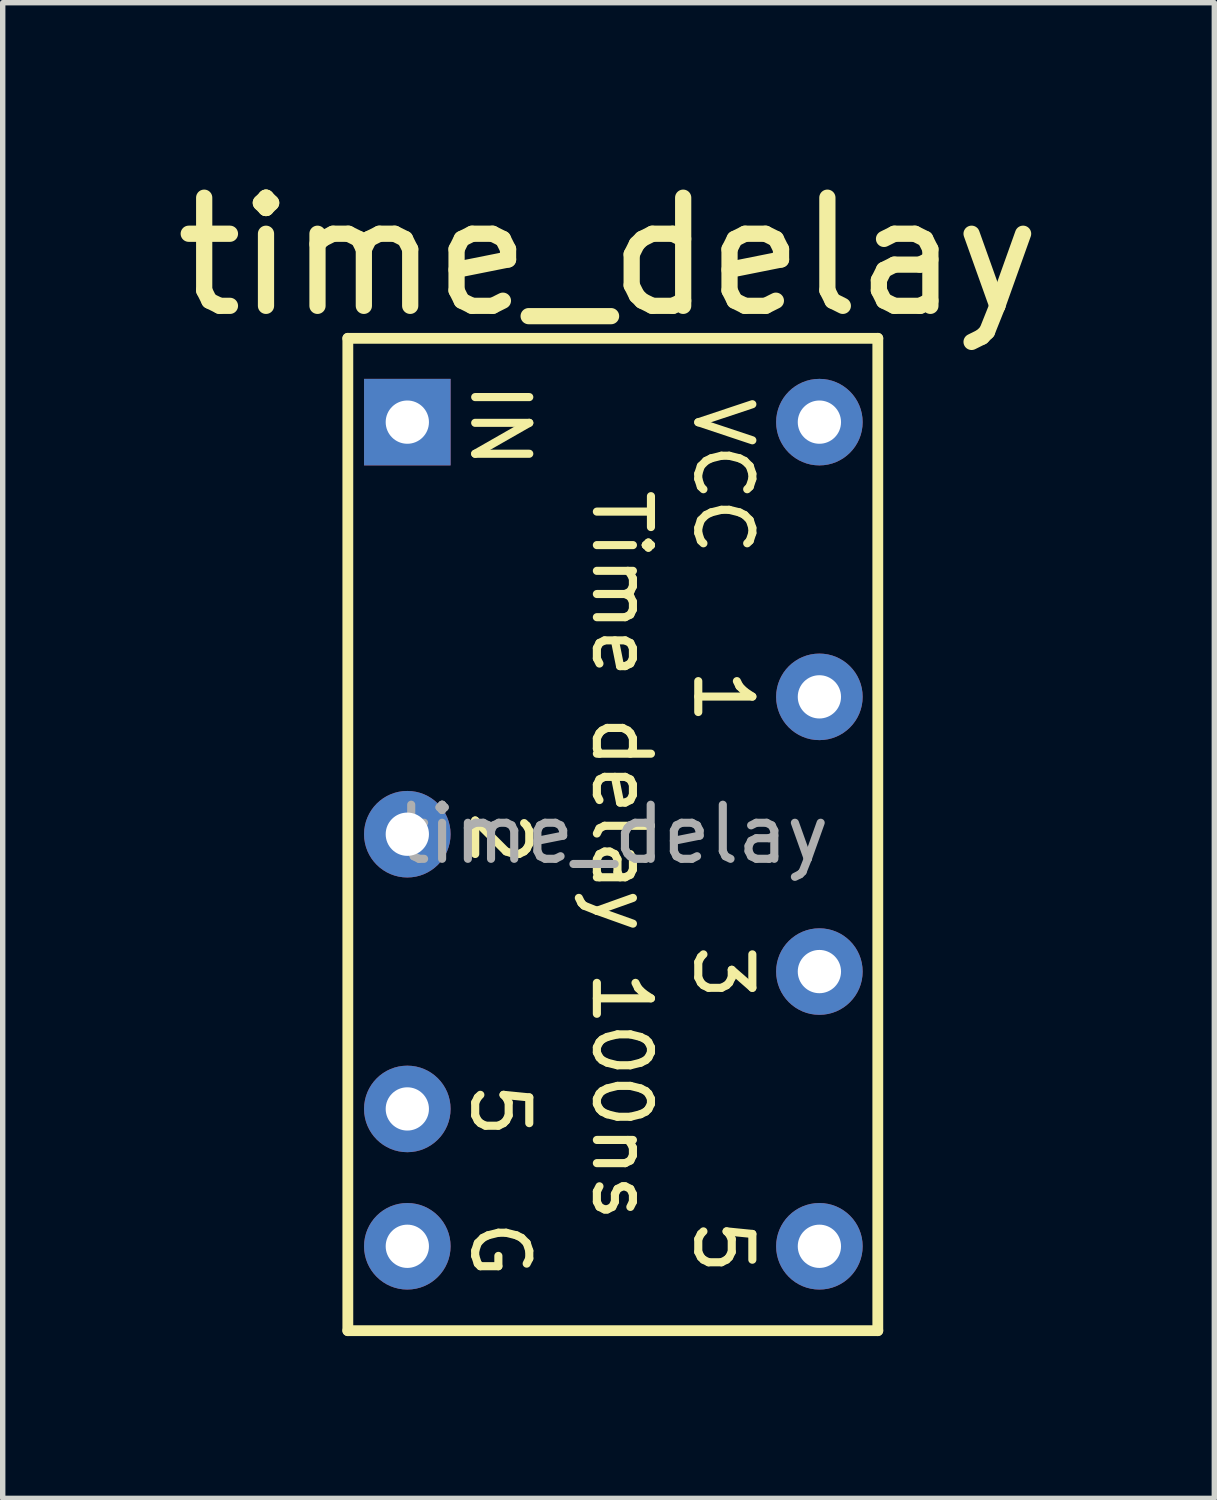
<source format=kicad_pcb>
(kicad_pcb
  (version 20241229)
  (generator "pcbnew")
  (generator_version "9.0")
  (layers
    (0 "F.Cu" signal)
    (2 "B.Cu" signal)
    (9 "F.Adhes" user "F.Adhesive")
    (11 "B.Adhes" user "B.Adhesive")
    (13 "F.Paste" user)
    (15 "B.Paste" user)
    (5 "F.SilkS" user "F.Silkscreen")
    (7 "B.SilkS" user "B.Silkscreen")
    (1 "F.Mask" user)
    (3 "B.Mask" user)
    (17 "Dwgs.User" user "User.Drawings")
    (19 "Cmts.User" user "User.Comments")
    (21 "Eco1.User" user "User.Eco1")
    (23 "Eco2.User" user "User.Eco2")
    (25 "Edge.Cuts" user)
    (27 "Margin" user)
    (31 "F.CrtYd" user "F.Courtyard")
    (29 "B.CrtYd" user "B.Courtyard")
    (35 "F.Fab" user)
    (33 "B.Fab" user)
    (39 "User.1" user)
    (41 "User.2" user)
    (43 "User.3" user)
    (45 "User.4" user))
  (footprint "time_delay"
    (layer "F.Cu")
    (at 4.482 4.756)
    (property "Reference" "time_delay" (at 3.72 -3.06 0) (layer "F.SilkS") (effects (font (size 2 2) (thickness 0.3))))
    (attr through_hole)
    (fp_line (start -1.1 -1.55) (end -1.1 16.8) (stroke (width 0.2) (type solid)) (layer "F.SilkS"))
    (fp_line (start -1.1 16.8) (end 8.7 16.8) (stroke (width 0.2) (type solid)) (layer "F.SilkS"))
    (fp_line (start 8.7 -1.55) (end -1.1 -1.55) (stroke (width 0.2) (type solid)) (layer "F.SilkS"))
    (fp_line (start 8.7 16.8) (end 8.7 -1.55) (stroke (width 0.2) (type solid)) (layer "F.SilkS"))
    (fp_text user "3" (at 5.25 9.6 270) (unlocked yes) (layer "F.SilkS") (effects (font (size 1 1) (thickness 0.15)) (justify left bottom)))
    (fp_text user "G" (at 1.125 14.7 270) (unlocked yes) (layer "F.SilkS") (effects (font (size 1 1) (thickness 0.15)) (justify left bottom)))
    (fp_text user "Time delay 100ns" (at 3.375 1.175 270) (unlocked yes) (layer "F.SilkS") (effects (font (size 1 1) (thickness 0.15)) (justify left bottom)))
    (fp_text user "5" (at 5.25 14.675 270) (unlocked yes) (layer "F.SilkS") (effects (font (size 1 1) (thickness 0.15)) (justify left bottom)))
    (fp_text user "IN" (at 1.125 -0.8 270) (unlocked yes) (layer "F.SilkS") (effects (font (size 1 1) (thickness 0.15)) (justify left bottom)))
    (fp_text user "5" (at 1.125 12.15 270) (unlocked yes) (layer "F.SilkS") (effects (font (size 1 1) (thickness 0.15)) (justify left bottom)))
    (fp_text user "2" (at 1.125 7.125 270) (unlocked yes) (layer "F.SilkS") (effects (font (size 1 1) (thickness 0.15)) (justify left bottom)))
    (fp_text user "1" (at 5.25 4.5 270) (unlocked yes) (layer "F.SilkS") (effects (font (size 1 1) (thickness 0.15)) (justify left bottom)))
    (fp_text user "VCC" (at 5.25 -0.525 270) (unlocked yes) (layer "F.SilkS") (effects (font (size 1 1) (thickness 0.15)) (justify left bottom)))
    (fp_text user "${REFERENCE}" (at 3.81 7.62 0) (layer "F.Fab") (effects (font (size 1 1) (thickness 0.15))))
    (pad "1" thru_hole rect (at 0 0) (size 1.6 1.6) (drill 0.8) (layers "*.Cu" "*.Mask"))
    (pad "4" thru_hole oval (at 0 7.62) (size 1.6 1.6) (drill 0.8) (layers "*.Cu" "*.Mask"))
    (pad "6" thru_hole oval (at 0 12.7) (size 1.6 1.6) (drill 0.8) (layers "*.Cu" "*.Mask"))
    (pad "7" thru_hole oval (at 0 15.24) (size 1.6 1.6) (drill 0.8) (layers "*.Cu" "*.Mask"))
    (pad "8" thru_hole oval (at 7.62 15.24) (size 1.6 1.6) (drill 0.8) (layers "*.Cu" "*.Mask"))
    (pad "10" thru_hole oval (at 7.62 10.16) (size 1.6 1.6) (drill 0.8) (layers "*.Cu" "*.Mask"))
    (pad "12" thru_hole oval (at 7.62 5.08) (size 1.6 1.6) (drill 0.8) (layers "*.Cu" "*.Mask"))
    (pad "14" thru_hole oval (at 7.62 0) (size 1.6 1.6) (drill 0.8) (layers "*.Cu" "*.Mask")))
  (gr_rect
    (start -3 -3)
    (end 19.405 24.657)
    (stroke (width 0.1) (type default))
    (fill no)
    (layer "Edge.Cuts")))
</source>
